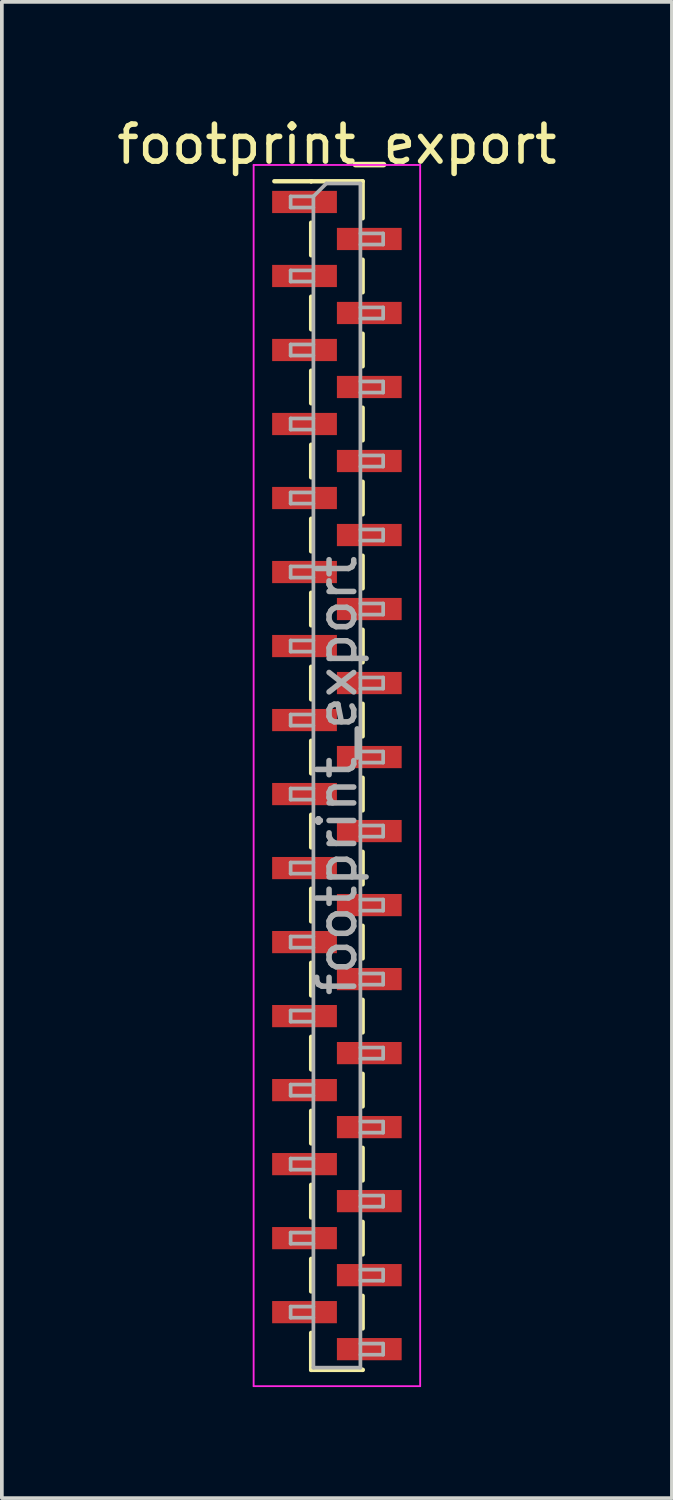
<source format=kicad_pcb>
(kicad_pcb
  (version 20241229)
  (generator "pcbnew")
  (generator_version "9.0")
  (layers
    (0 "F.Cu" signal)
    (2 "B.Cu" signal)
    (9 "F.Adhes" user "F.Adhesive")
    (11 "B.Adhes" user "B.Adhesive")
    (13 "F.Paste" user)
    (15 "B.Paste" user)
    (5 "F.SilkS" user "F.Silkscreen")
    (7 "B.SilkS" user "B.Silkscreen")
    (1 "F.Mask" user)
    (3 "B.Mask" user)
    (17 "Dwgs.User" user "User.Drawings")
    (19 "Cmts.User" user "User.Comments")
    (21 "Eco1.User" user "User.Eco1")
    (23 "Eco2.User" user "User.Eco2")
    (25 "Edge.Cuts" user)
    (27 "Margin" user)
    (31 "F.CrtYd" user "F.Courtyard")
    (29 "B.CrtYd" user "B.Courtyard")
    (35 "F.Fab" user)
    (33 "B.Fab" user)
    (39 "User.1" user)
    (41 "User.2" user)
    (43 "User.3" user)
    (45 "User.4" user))
  (footprint "footprint_export"
    (layer "F.Cu")
    (at 6.054 17.908)
    (property "Reference" "footprint_export" (at 0 -17.06 0) (layer "F.SilkS") (effects (font (size 1 1) (thickness 0.15))))
    (attr smd)
    (fp_line (start -0.695 -16.06) (end -1.69 -16.06) (stroke (width 0.12) (type solid)) (layer "F.SilkS"))
    (fp_line (start -0.695 -16.06) (end -0.695 -16.06) (stroke (width 0.12) (type solid)) (layer "F.SilkS"))
    (fp_line (start -0.695 -16.06) (end 0.695 -16.06) (stroke (width 0.12) (type solid)) (layer "F.SilkS"))
    (fp_line (start -0.695 -14.94) (end -0.695 -14.06) (stroke (width 0.12) (type solid)) (layer "F.SilkS"))
    (fp_line (start -0.695 -12.94) (end -0.695 -12.06) (stroke (width 0.12) (type solid)) (layer "F.SilkS"))
    (fp_line (start -0.695 -10.94) (end -0.695 -10.06) (stroke (width 0.12) (type solid)) (layer "F.SilkS"))
    (fp_line (start -0.695 -8.94) (end -0.695 -8.06) (stroke (width 0.12) (type solid)) (layer "F.SilkS"))
    (fp_line (start -0.695 -6.94) (end -0.695 -6.06) (stroke (width 0.12) (type solid)) (layer "F.SilkS"))
    (fp_line (start -0.695 -4.94) (end -0.695 -4.06) (stroke (width 0.12) (type solid)) (layer "F.SilkS"))
    (fp_line (start -0.695 -2.94) (end -0.695 -2.06) (stroke (width 0.12) (type solid)) (layer "F.SilkS"))
    (fp_line (start -0.695 -0.94) (end -0.695 -0.06) (stroke (width 0.12) (type solid)) (layer "F.SilkS"))
    (fp_line (start -0.695 1.06) (end -0.695 1.94) (stroke (width 0.12) (type solid)) (layer "F.SilkS"))
    (fp_line (start -0.695 3.06) (end -0.695 3.94) (stroke (width 0.12) (type solid)) (layer "F.SilkS"))
    (fp_line (start -0.695 5.06) (end -0.695 5.94) (stroke (width 0.12) (type solid)) (layer "F.SilkS"))
    (fp_line (start -0.695 7.06) (end -0.695 7.94) (stroke (width 0.12) (type solid)) (layer "F.SilkS"))
    (fp_line (start -0.695 9.06) (end -0.695 9.94) (stroke (width 0.12) (type solid)) (layer "F.SilkS"))
    (fp_line (start -0.695 11.06) (end -0.695 11.94) (stroke (width 0.12) (type solid)) (layer "F.SilkS"))
    (fp_line (start -0.695 13.06) (end -0.695 13.94) (stroke (width 0.12) (type solid)) (layer "F.SilkS"))
    (fp_line (start -0.695 15.06) (end -0.695 16.06) (stroke (width 0.12) (type solid)) (layer "F.SilkS"))
    (fp_line (start -0.695 16.06) (end 0.695 16.06) (stroke (width 0.12) (type solid)) (layer "F.SilkS"))
    (fp_line (start 0.695 -16.06) (end 0.695 -15.06) (stroke (width 0.12) (type solid)) (layer "F.SilkS"))
    (fp_line (start 0.695 -13.94) (end 0.695 -13.06) (stroke (width 0.12) (type solid)) (layer "F.SilkS"))
    (fp_line (start 0.695 -11.94) (end 0.695 -11.06) (stroke (width 0.12) (type solid)) (layer "F.SilkS"))
    (fp_line (start 0.695 -9.94) (end 0.695 -9.06) (stroke (width 0.12) (type solid)) (layer "F.SilkS"))
    (fp_line (start 0.695 -7.94) (end 0.695 -7.06) (stroke (width 0.12) (type solid)) (layer "F.SilkS"))
    (fp_line (start 0.695 -5.94) (end 0.695 -5.06) (stroke (width 0.12) (type solid)) (layer "F.SilkS"))
    (fp_line (start 0.695 -3.94) (end 0.695 -3.06) (stroke (width 0.12) (type solid)) (layer "F.SilkS"))
    (fp_line (start 0.695 -1.94) (end 0.695 -1.06) (stroke (width 0.12) (type solid)) (layer "F.SilkS"))
    (fp_line (start 0.695 0.06) (end 0.695 0.94) (stroke (width 0.12) (type solid)) (layer "F.SilkS"))
    (fp_line (start 0.695 2.06) (end 0.695 2.94) (stroke (width 0.12) (type solid)) (layer "F.SilkS"))
    (fp_line (start 0.695 4.06) (end 0.695 4.94) (stroke (width 0.12) (type solid)) (layer "F.SilkS"))
    (fp_line (start 0.695 6.06) (end 0.695 6.94) (stroke (width 0.12) (type solid)) (layer "F.SilkS"))
    (fp_line (start 0.695 8.06) (end 0.695 8.94) (stroke (width 0.12) (type solid)) (layer "F.SilkS"))
    (fp_line (start 0.695 10.06) (end 0.695 10.94) (stroke (width 0.12) (type solid)) (layer "F.SilkS"))
    (fp_line (start 0.695 12.06) (end 0.695 12.94) (stroke (width 0.12) (type solid)) (layer "F.SilkS"))
    (fp_line (start 0.695 14.06) (end 0.695 14.94) (stroke (width 0.12) (type solid)) (layer "F.SilkS"))
    (fp_line (start 0.695 16.06) (end 0.695 16.06) (stroke (width 0.12) (type solid)) (layer "F.SilkS"))
    (fp_line (start -2.25 -16.5) (end -2.25 16.5) (stroke (width 0.05) (type solid)) (layer "F.CrtYd"))
    (fp_line (start -2.25 16.5) (end 2.25 16.5) (stroke (width 0.05) (type solid)) (layer "F.CrtYd"))
    (fp_line (start 2.25 -16.5) (end -2.25 -16.5) (stroke (width 0.05) (type solid)) (layer "F.CrtYd"))
    (fp_line (start 2.25 16.5) (end 2.25 -16.5) (stroke (width 0.05) (type solid)) (layer "F.CrtYd"))
    (fp_line (start -1.25 -15.65) (end -1.25 -15.35) (stroke (width 0.1) (type solid)) (layer "F.Fab"))
    (fp_line (start -1.25 -15.35) (end -0.635 -15.35) (stroke (width 0.1) (type solid)) (layer "F.Fab"))
    (fp_line (start -1.25 -13.65) (end -1.25 -13.35) (stroke (width 0.1) (type solid)) (layer "F.Fab"))
    (fp_line (start -1.25 -13.35) (end -0.635 -13.35) (stroke (width 0.1) (type solid)) (layer "F.Fab"))
    (fp_line (start -1.25 -11.65) (end -1.25 -11.35) (stroke (width 0.1) (type solid)) (layer "F.Fab"))
    (fp_line (start -1.25 -11.35) (end -0.635 -11.35) (stroke (width 0.1) (type solid)) (layer "F.Fab"))
    (fp_line (start -1.25 -9.65) (end -1.25 -9.35) (stroke (width 0.1) (type solid)) (layer "F.Fab"))
    (fp_line (start -1.25 -9.35) (end -0.635 -9.35) (stroke (width 0.1) (type solid)) (layer "F.Fab"))
    (fp_line (start -1.25 -7.65) (end -1.25 -7.35) (stroke (width 0.1) (type solid)) (layer "F.Fab"))
    (fp_line (start -1.25 -7.35) (end -0.635 -7.35) (stroke (width 0.1) (type solid)) (layer "F.Fab"))
    (fp_line (start -1.25 -5.65) (end -1.25 -5.35) (stroke (width 0.1) (type solid)) (layer "F.Fab"))
    (fp_line (start -1.25 -5.35) (end -0.635 -5.35) (stroke (width 0.1) (type solid)) (layer "F.Fab"))
    (fp_line (start -1.25 -3.65) (end -1.25 -3.35) (stroke (width 0.1) (type solid)) (layer "F.Fab"))
    (fp_line (start -1.25 -3.35) (end -0.635 -3.35) (stroke (width 0.1) (type solid)) (layer "F.Fab"))
    (fp_line (start -1.25 -1.65) (end -1.25 -1.35) (stroke (width 0.1) (type solid)) (layer "F.Fab"))
    (fp_line (start -1.25 -1.35) (end -0.635 -1.35) (stroke (width 0.1) (type solid)) (layer "F.Fab"))
    (fp_line (start -1.25 0.35) (end -1.25 0.65) (stroke (width 0.1) (type solid)) (layer "F.Fab"))
    (fp_line (start -1.25 0.65) (end -0.635 0.65) (stroke (width 0.1) (type solid)) (layer "F.Fab"))
    (fp_line (start -1.25 2.35) (end -1.25 2.65) (stroke (width 0.1) (type solid)) (layer "F.Fab"))
    (fp_line (start -1.25 2.65) (end -0.635 2.65) (stroke (width 0.1) (type solid)) (layer "F.Fab"))
    (fp_line (start -1.25 4.35) (end -1.25 4.65) (stroke (width 0.1) (type solid)) (layer "F.Fab"))
    (fp_line (start -1.25 4.65) (end -0.635 4.65) (stroke (width 0.1) (type solid)) (layer "F.Fab"))
    (fp_line (start -1.25 6.35) (end -1.25 6.65) (stroke (width 0.1) (type solid)) (layer "F.Fab"))
    (fp_line (start -1.25 6.65) (end -0.635 6.65) (stroke (width 0.1) (type solid)) (layer "F.Fab"))
    (fp_line (start -1.25 8.35) (end -1.25 8.65) (stroke (width 0.1) (type solid)) (layer "F.Fab"))
    (fp_line (start -1.25 8.65) (end -0.635 8.65) (stroke (width 0.1) (type solid)) (layer "F.Fab"))
    (fp_line (start -1.25 10.35) (end -1.25 10.65) (stroke (width 0.1) (type solid)) (layer "F.Fab"))
    (fp_line (start -1.25 10.65) (end -0.635 10.65) (stroke (width 0.1) (type solid)) (layer "F.Fab"))
    (fp_line (start -1.25 12.35) (end -1.25 12.65) (stroke (width 0.1) (type solid)) (layer "F.Fab"))
    (fp_line (start -1.25 12.65) (end -0.635 12.65) (stroke (width 0.1) (type solid)) (layer "F.Fab"))
    (fp_line (start -1.25 14.35) (end -1.25 14.65) (stroke (width 0.1) (type solid)) (layer "F.Fab"))
    (fp_line (start -1.25 14.65) (end -0.635 14.65) (stroke (width 0.1) (type solid)) (layer "F.Fab"))
    (fp_line (start -0.635 -15.65) (end -1.25 -15.65) (stroke (width 0.1) (type solid)) (layer "F.Fab"))
    (fp_line (start -0.635 -15.65) (end -0.285 -16) (stroke (width 0.1) (type solid)) (layer "F.Fab"))
    (fp_line (start -0.635 -13.65) (end -1.25 -13.65) (stroke (width 0.1) (type solid)) (layer "F.Fab"))
    (fp_line (start -0.635 -11.65) (end -1.25 -11.65) (stroke (width 0.1) (type solid)) (layer "F.Fab"))
    (fp_line (start -0.635 -9.65) (end -1.25 -9.65) (stroke (width 0.1) (type solid)) (layer "F.Fab"))
    (fp_line (start -0.635 -7.65) (end -1.25 -7.65) (stroke (width 0.1) (type solid)) (layer "F.Fab"))
    (fp_line (start -0.635 -5.65) (end -1.25 -5.65) (stroke (width 0.1) (type solid)) (layer "F.Fab"))
    (fp_line (start -0.635 -3.65) (end -1.25 -3.65) (stroke (width 0.1) (type solid)) (layer "F.Fab"))
    (fp_line (start -0.635 -1.65) (end -1.25 -1.65) (stroke (width 0.1) (type solid)) (layer "F.Fab"))
    (fp_line (start -0.635 0.35) (end -1.25 0.35) (stroke (width 0.1) (type solid)) (layer "F.Fab"))
    (fp_line (start -0.635 2.35) (end -1.25 2.35) (stroke (width 0.1) (type solid)) (layer "F.Fab"))
    (fp_line (start -0.635 4.35) (end -1.25 4.35) (stroke (width 0.1) (type solid)) (layer "F.Fab"))
    (fp_line (start -0.635 6.35) (end -1.25 6.35) (stroke (width 0.1) (type solid)) (layer "F.Fab"))
    (fp_line (start -0.635 8.35) (end -1.25 8.35) (stroke (width 0.1) (type solid)) (layer "F.Fab"))
    (fp_line (start -0.635 10.35) (end -1.25 10.35) (stroke (width 0.1) (type solid)) (layer "F.Fab"))
    (fp_line (start -0.635 12.35) (end -1.25 12.35) (stroke (width 0.1) (type solid)) (layer "F.Fab"))
    (fp_line (start -0.635 14.35) (end -1.25 14.35) (stroke (width 0.1) (type solid)) (layer "F.Fab"))
    (fp_line (start -0.635 16) (end -0.635 -15.65) (stroke (width 0.1) (type solid)) (layer "F.Fab"))
    (fp_line (start -0.285 -16) (end 0.635 -16) (stroke (width 0.1) (type solid)) (layer "F.Fab"))
    (fp_line (start 0.635 -16) (end 0.635 16) (stroke (width 0.1) (type solid)) (layer "F.Fab"))
    (fp_line (start 0.635 -14.65) (end 1.25 -14.65) (stroke (width 0.1) (type solid)) (layer "F.Fab"))
    (fp_line (start 0.635 -12.65) (end 1.25 -12.65) (stroke (width 0.1) (type solid)) (layer "F.Fab"))
    (fp_line (start 0.635 -10.65) (end 1.25 -10.65) (stroke (width 0.1) (type solid)) (layer "F.Fab"))
    (fp_line (start 0.635 -8.65) (end 1.25 -8.65) (stroke (width 0.1) (type solid)) (layer "F.Fab"))
    (fp_line (start 0.635 -6.65) (end 1.25 -6.65) (stroke (width 0.1) (type solid)) (layer "F.Fab"))
    (fp_line (start 0.635 -4.65) (end 1.25 -4.65) (stroke (width 0.1) (type solid)) (layer "F.Fab"))
    (fp_line (start 0.635 -2.65) (end 1.25 -2.65) (stroke (width 0.1) (type solid)) (layer "F.Fab"))
    (fp_line (start 0.635 -0.65) (end 1.25 -0.65) (stroke (width 0.1) (type solid)) (layer "F.Fab"))
    (fp_line (start 0.635 1.35) (end 1.25 1.35) (stroke (width 0.1) (type solid)) (layer "F.Fab"))
    (fp_line (start 0.635 3.35) (end 1.25 3.35) (stroke (width 0.1) (type solid)) (layer "F.Fab"))
    (fp_line (start 0.635 5.35) (end 1.25 5.35) (stroke (width 0.1) (type solid)) (layer "F.Fab"))
    (fp_line (start 0.635 7.35) (end 1.25 7.35) (stroke (width 0.1) (type solid)) (layer "F.Fab"))
    (fp_line (start 0.635 9.35) (end 1.25 9.35) (stroke (width 0.1) (type solid)) (layer "F.Fab"))
    (fp_line (start 0.635 11.35) (end 1.25 11.35) (stroke (width 0.1) (type solid)) (layer "F.Fab"))
    (fp_line (start 0.635 13.35) (end 1.25 13.35) (stroke (width 0.1) (type solid)) (layer "F.Fab"))
    (fp_line (start 0.635 15.35) (end 1.25 15.35) (stroke (width 0.1) (type solid)) (layer "F.Fab"))
    (fp_line (start 0.635 16) (end -0.635 16) (stroke (width 0.1) (type solid)) (layer "F.Fab"))
    (fp_line (start 1.25 -14.65) (end 1.25 -14.35) (stroke (width 0.1) (type solid)) (layer "F.Fab"))
    (fp_line (start 1.25 -14.35) (end 0.635 -14.35) (stroke (width 0.1) (type solid)) (layer "F.Fab"))
    (fp_line (start 1.25 -12.65) (end 1.25 -12.35) (stroke (width 0.1) (type solid)) (layer "F.Fab"))
    (fp_line (start 1.25 -12.35) (end 0.635 -12.35) (stroke (width 0.1) (type solid)) (layer "F.Fab"))
    (fp_line (start 1.25 -10.65) (end 1.25 -10.35) (stroke (width 0.1) (type solid)) (layer "F.Fab"))
    (fp_line (start 1.25 -10.35) (end 0.635 -10.35) (stroke (width 0.1) (type solid)) (layer "F.Fab"))
    (fp_line (start 1.25 -8.65) (end 1.25 -8.35) (stroke (width 0.1) (type solid)) (layer "F.Fab"))
    (fp_line (start 1.25 -8.35) (end 0.635 -8.35) (stroke (width 0.1) (type solid)) (layer "F.Fab"))
    (fp_line (start 1.25 -6.65) (end 1.25 -6.35) (stroke (width 0.1) (type solid)) (layer "F.Fab"))
    (fp_line (start 1.25 -6.35) (end 0.635 -6.35) (stroke (width 0.1) (type solid)) (layer "F.Fab"))
    (fp_line (start 1.25 -4.65) (end 1.25 -4.35) (stroke (width 0.1) (type solid)) (layer "F.Fab"))
    (fp_line (start 1.25 -4.35) (end 0.635 -4.35) (stroke (width 0.1) (type solid)) (layer "F.Fab"))
    (fp_line (start 1.25 -2.65) (end 1.25 -2.35) (stroke (width 0.1) (type solid)) (layer "F.Fab"))
    (fp_line (start 1.25 -2.35) (end 0.635 -2.35) (stroke (width 0.1) (type solid)) (layer "F.Fab"))
    (fp_line (start 1.25 -0.65) (end 1.25 -0.35) (stroke (width 0.1) (type solid)) (layer "F.Fab"))
    (fp_line (start 1.25 -0.35) (end 0.635 -0.35) (stroke (width 0.1) (type solid)) (layer "F.Fab"))
    (fp_line (start 1.25 1.35) (end 1.25 1.65) (stroke (width 0.1) (type solid)) (layer "F.Fab"))
    (fp_line (start 1.25 1.65) (end 0.635 1.65) (stroke (width 0.1) (type solid)) (layer "F.Fab"))
    (fp_line (start 1.25 3.35) (end 1.25 3.65) (stroke (width 0.1) (type solid)) (layer "F.Fab"))
    (fp_line (start 1.25 3.65) (end 0.635 3.65) (stroke (width 0.1) (type solid)) (layer "F.Fab"))
    (fp_line (start 1.25 5.35) (end 1.25 5.65) (stroke (width 0.1) (type solid)) (layer "F.Fab"))
    (fp_line (start 1.25 5.65) (end 0.635 5.65) (stroke (width 0.1) (type solid)) (layer "F.Fab"))
    (fp_line (start 1.25 7.35) (end 1.25 7.65) (stroke (width 0.1) (type solid)) (layer "F.Fab"))
    (fp_line (start 1.25 7.65) (end 0.635 7.65) (stroke (width 0.1) (type solid)) (layer "F.Fab"))
    (fp_line (start 1.25 9.35) (end 1.25 9.65) (stroke (width 0.1) (type solid)) (layer "F.Fab"))
    (fp_line (start 1.25 9.65) (end 0.635 9.65) (stroke (width 0.1) (type solid)) (layer "F.Fab"))
    (fp_line (start 1.25 11.35) (end 1.25 11.65) (stroke (width 0.1) (type solid)) (layer "F.Fab"))
    (fp_line (start 1.25 11.65) (end 0.635 11.65) (stroke (width 0.1) (type solid)) (layer "F.Fab"))
    (fp_line (start 1.25 13.35) (end 1.25 13.65) (stroke (width 0.1) (type solid)) (layer "F.Fab"))
    (fp_line (start 1.25 13.65) (end 0.635 13.65) (stroke (width 0.1) (type solid)) (layer "F.Fab"))
    (fp_line (start 1.25 15.35) (end 1.25 15.65) (stroke (width 0.1) (type solid)) (layer "F.Fab"))
    (fp_line (start 1.25 15.65) (end 0.635 15.65) (stroke (width 0.1) (type solid)) (layer "F.Fab"))
    (fp_text user "${REFERENCE}" (at 0 0 90) (layer "F.Fab") (effects (font (size 1 1) (thickness 0.15))))
    (pad "1" smd rect (at -0.875 -15.5) (size 1.75 0.6) (layers "F.Cu" "F.Mask" "F.Paste"))
    (pad "2" smd rect (at 0.875 -14.5) (size 1.75 0.6) (layers "F.Cu" "F.Mask" "F.Paste"))
    (pad "3" smd rect (at -0.875 -13.5) (size 1.75 0.6) (layers "F.Cu" "F.Mask" "F.Paste"))
    (pad "4" smd rect (at 0.875 -12.5) (size 1.75 0.6) (layers "F.Cu" "F.Mask" "F.Paste"))
    (pad "5" smd rect (at -0.875 -11.5) (size 1.75 0.6) (layers "F.Cu" "F.Mask" "F.Paste"))
    (pad "6" smd rect (at 0.875 -10.5) (size 1.75 0.6) (layers "F.Cu" "F.Mask" "F.Paste"))
    (pad "7" smd rect (at -0.875 -9.5) (size 1.75 0.6) (layers "F.Cu" "F.Mask" "F.Paste"))
    (pad "8" smd rect (at 0.875 -8.5) (size 1.75 0.6) (layers "F.Cu" "F.Mask" "F.Paste"))
    (pad "9" smd rect (at -0.875 -7.5) (size 1.75 0.6) (layers "F.Cu" "F.Mask" "F.Paste"))
    (pad "10" smd rect (at 0.875 -6.5) (size 1.75 0.6) (layers "F.Cu" "F.Mask" "F.Paste"))
    (pad "11" smd rect (at -0.875 -5.5) (size 1.75 0.6) (layers "F.Cu" "F.Mask" "F.Paste"))
    (pad "12" smd rect (at 0.875 -4.5) (size 1.75 0.6) (layers "F.Cu" "F.Mask" "F.Paste"))
    (pad "13" smd rect (at -0.875 -3.5) (size 1.75 0.6) (layers "F.Cu" "F.Mask" "F.Paste"))
    (pad "14" smd rect (at 0.875 -2.5) (size 1.75 0.6) (layers "F.Cu" "F.Mask" "F.Paste"))
    (pad "15" smd rect (at -0.875 -1.5) (size 1.75 0.6) (layers "F.Cu" "F.Mask" "F.Paste"))
    (pad "16" smd rect (at 0.875 -0.5) (size 1.75 0.6) (layers "F.Cu" "F.Mask" "F.Paste"))
    (pad "17" smd rect (at -0.875 0.5) (size 1.75 0.6) (layers "F.Cu" "F.Mask" "F.Paste"))
    (pad "18" smd rect (at 0.875 1.5) (size 1.75 0.6) (layers "F.Cu" "F.Mask" "F.Paste"))
    (pad "19" smd rect (at -0.875 2.5) (size 1.75 0.6) (layers "F.Cu" "F.Mask" "F.Paste"))
    (pad "20" smd rect (at 0.875 3.5) (size 1.75 0.6) (layers "F.Cu" "F.Mask" "F.Paste"))
    (pad "21" smd rect (at -0.875 4.5) (size 1.75 0.6) (layers "F.Cu" "F.Mask" "F.Paste"))
    (pad "22" smd rect (at 0.875 5.5) (size 1.75 0.6) (layers "F.Cu" "F.Mask" "F.Paste"))
    (pad "23" smd rect (at -0.875 6.5) (size 1.75 0.6) (layers "F.Cu" "F.Mask" "F.Paste"))
    (pad "24" smd rect (at 0.875 7.5) (size 1.75 0.6) (layers "F.Cu" "F.Mask" "F.Paste"))
    (pad "25" smd rect (at -0.875 8.5) (size 1.75 0.6) (layers "F.Cu" "F.Mask" "F.Paste"))
    (pad "26" smd rect (at 0.875 9.5) (size 1.75 0.6) (layers "F.Cu" "F.Mask" "F.Paste"))
    (pad "27" smd rect (at -0.875 10.5) (size 1.75 0.6) (layers "F.Cu" "F.Mask" "F.Paste"))
    (pad "28" smd rect (at 0.875 11.5) (size 1.75 0.6) (layers "F.Cu" "F.Mask" "F.Paste"))
    (pad "29" smd rect (at -0.875 12.5) (size 1.75 0.6) (layers "F.Cu" "F.Mask" "F.Paste"))
    (pad "30" smd rect (at 0.875 13.5) (size 1.75 0.6) (layers "F.Cu" "F.Mask" "F.Paste"))
    (pad "31" smd rect (at -0.875 14.5) (size 1.75 0.6) (layers "F.Cu" "F.Mask" "F.Paste"))
    (pad "32" smd rect (at 0.875 15.5) (size 1.75 0.6) (layers "F.Cu" "F.Mask" "F.Paste")))
  (gr_rect
    (start -3 -3)
    (end 15.107 37.433)
    (stroke (width 0.1) (type default))
    (fill no)
    (layer "Edge.Cuts")))
</source>
